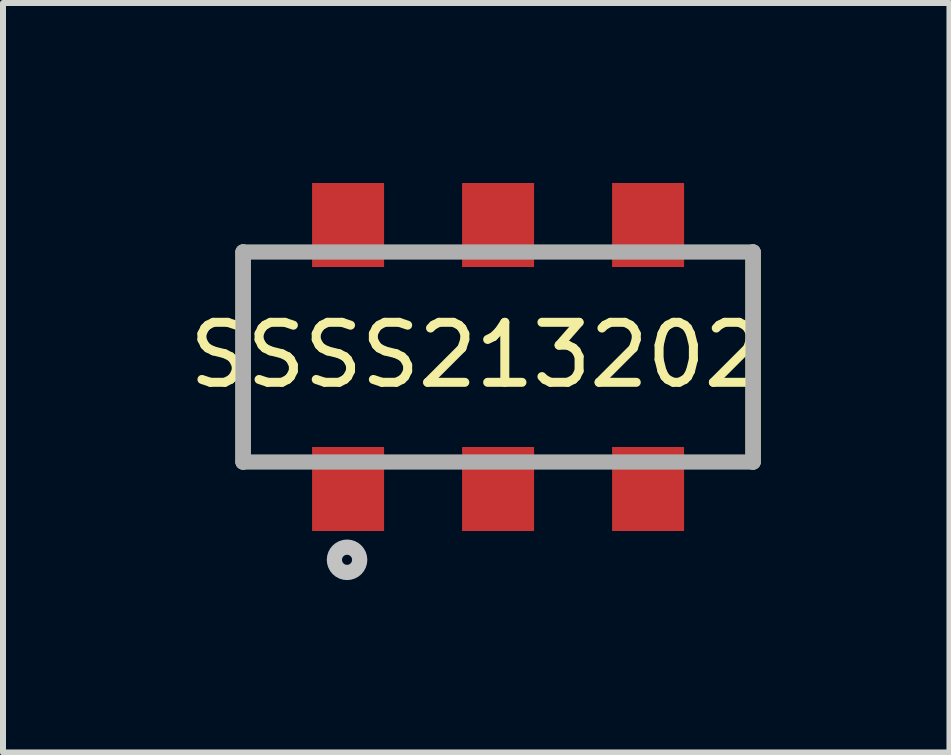
<source format=kicad_pcb>
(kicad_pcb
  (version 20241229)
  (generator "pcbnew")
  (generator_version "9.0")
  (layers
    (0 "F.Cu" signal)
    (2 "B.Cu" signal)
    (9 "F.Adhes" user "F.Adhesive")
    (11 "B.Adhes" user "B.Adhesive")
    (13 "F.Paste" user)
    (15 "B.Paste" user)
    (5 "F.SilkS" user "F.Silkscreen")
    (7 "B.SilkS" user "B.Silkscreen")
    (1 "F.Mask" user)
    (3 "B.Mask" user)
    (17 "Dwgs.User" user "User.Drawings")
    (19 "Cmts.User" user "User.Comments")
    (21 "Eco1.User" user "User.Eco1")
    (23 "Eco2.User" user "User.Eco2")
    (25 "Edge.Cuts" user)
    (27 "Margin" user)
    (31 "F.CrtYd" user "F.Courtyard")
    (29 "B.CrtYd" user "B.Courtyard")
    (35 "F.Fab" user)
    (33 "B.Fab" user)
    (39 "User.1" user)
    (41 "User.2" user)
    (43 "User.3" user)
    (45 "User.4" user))
  (footprint "SSSS213202"
    (layer "F.Cu")
    (at 5.251 2.9)
    (property "Reference" "SSSS213202" (at -0.364 -0.033 0) (layer "F.SilkS") (effects (font (size 1 1) (thickness 0.15))))
    (attr smd)
    (fp_line (start -4.25 1.75) (end -4.25 -1.75) (stroke (width 0.254) (type solid)) (layer "F.SilkS"))
    (fp_line (start 4.25 -1.75) (end 4.25 1.75) (stroke (width 0.254) (type solid)) (layer "F.SilkS"))
    (fp_circle (center -2.517 3.38) (end -2.433 3.38) (stroke (width 0.254) (type solid)) (fill no) (layer "Dwgs.User"))
    (fp_line (start -4.25 -1.75) (end 4.25 -1.75) (stroke (width 0.254) (type solid)) (layer "F.Fab"))
    (fp_line (start -4.25 1.75) (end -4.25 -1.75) (stroke (width 0.254) (type solid)) (layer "F.Fab"))
    (fp_line (start 4.25 -1.75) (end 4.25 1.75) (stroke (width 0.254) (type solid)) (layer "F.Fab"))
    (fp_line (start 4.25 1.75) (end -4.25 1.75) (stroke (width 0.254) (type solid)) (layer "F.Fab"))
    (pad "1" smd rect (at -2.5 2.2 90) (size 1.4 1.2) (layers "F.Cu" "F.Mask" "F.Paste"))
    (pad "2" smd rect (at 0 2.2 90) (size 1.4 1.2) (layers "F.Cu" "F.Mask" "F.Paste"))
    (pad "3" smd rect (at 2.5 2.2 90) (size 1.4 1.2) (layers "F.Cu" "F.Mask" "F.Paste"))
    (pad "4" smd rect (at -2.5 -2.2 90) (size 1.4 1.2) (layers "F.Cu" "F.Mask" "F.Paste"))
    (pad "5" smd rect (at 0 -2.2 90) (size 1.4 1.2) (layers "F.Cu" "F.Mask" "F.Paste"))
    (pad "6" smd rect (at 2.5 -2.2 90) (size 1.4 1.2) (layers "F.Cu" "F.Mask" "F.Paste")))
  (gr_rect
    (start -3 -3)
    (end 12.774 9.491)
    (stroke (width 0.1) (type default))
    (fill no)
    (layer "Edge.Cuts")))
</source>
